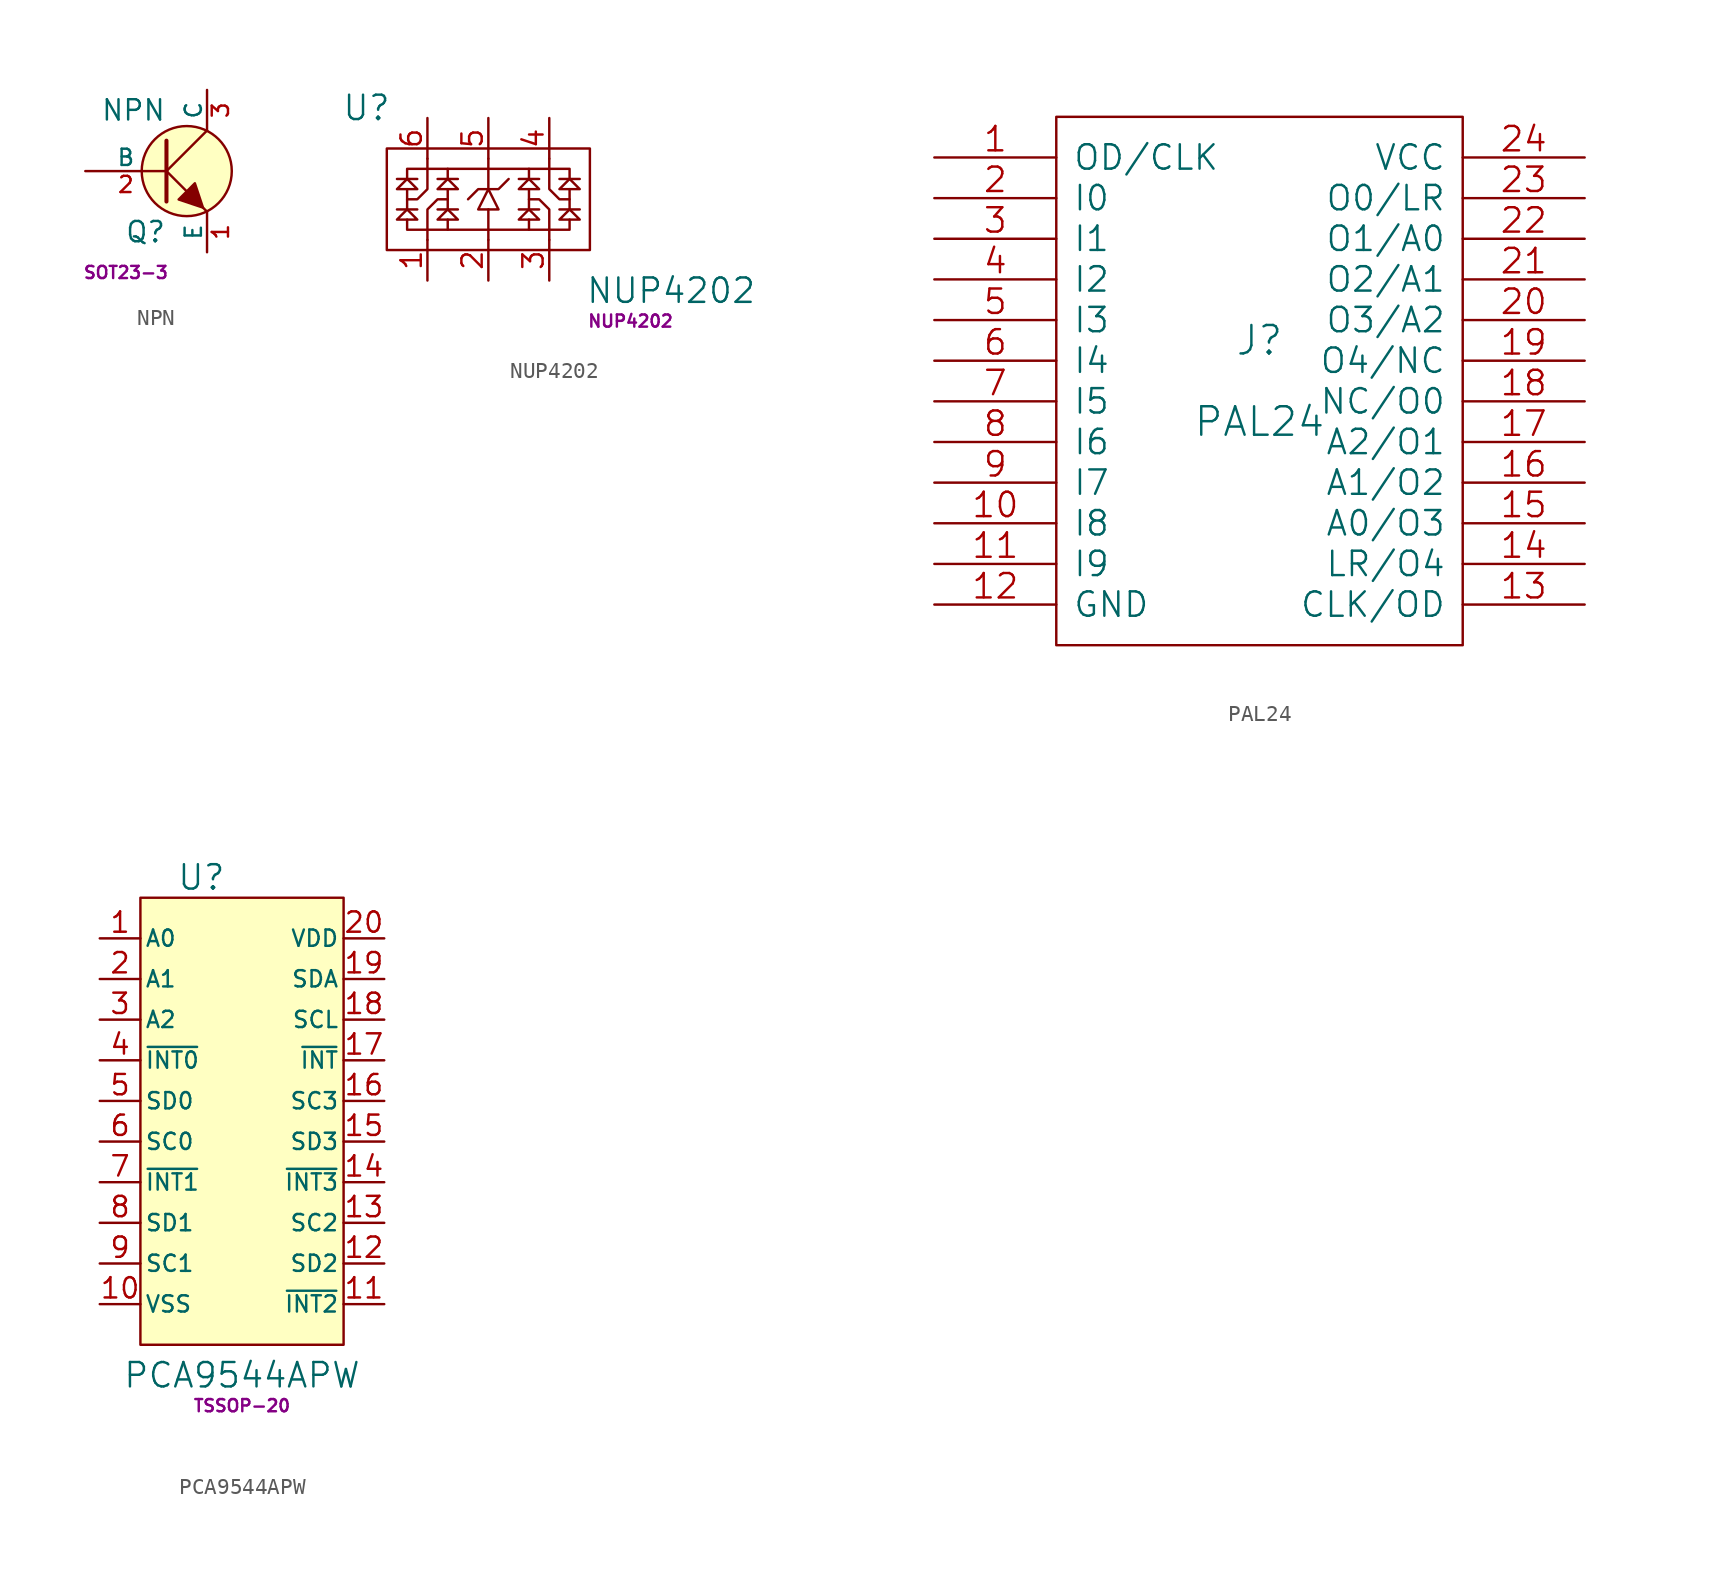
<source format=kicad_sym>
(kicad_symbol_lib
  (version 20220914)
  (generator kicad_symbol_editor)
  (symbol "NPN"
    (pin_names
      (offset 0))
    (property "Reference" "Q"
      (at 0 -3.81 0)
      (effects (font (size 1.27 1.27)) (justify right)))
    (property "Value" "NPN"
      (at 0 3.81 0)
      (effects (font (size 1.27 1.27)) (justify right)))
    (property "Footprint" "SOT23-3"
      (at -2.54 -6.35 0)
      (effects (font (size 0.762 0.762))))
    (property "Datasheet" ""
      (at 0 0 0)
      (effects (font (size 1.524 1.524))))
    (symbol "NPN_0_1"
      (polyline (pts (xy 0 0) (xy 2.54 2.54)) (stroke (width 0) (type default)) (fill (type none)))
      (polyline (pts (xy 0 1.905) (xy 0 -1.905) (xy 0 -1.905)) (stroke (width 0.254) (type default)) (fill (type none)))
      (polyline (pts (xy 1.27 -1.27) (xy 0 0) (xy 0 0)) (stroke (width 0) (type default)) (fill (type none)))
      (polyline (pts (xy 2.286 -2.286) (xy 2.54 -2.54) (xy 2.54 -2.54)) (stroke (width 0) (type default)) (fill (type none)))
      (polyline (pts (xy 2.286 -2.286) (xy 1.778 -0.762) (xy 0.762 -1.778) (xy 2.286 -2.286) (xy 2.286 -2.286)) (stroke (width 0) (type default)) (fill (type outline)))
      (circle (center 1.27 0) (radius 2.819) (stroke (width 0) (type default)) (fill (type background))))
    (symbol "NPN_1_1"
      (pin passive line (at 2.54 -5.08 90) (length 2.54) (name "E" (effects (font (size 1.016 1.016)))) (number "1" (effects (font (size 1.016 1.016)))))
      (pin input line (at -5.08 0 0) (length 5.08) (name "B" (effects (font (size 1.016 1.016)))) (number "2" (effects (font (size 1.016 1.016)))))
      (pin passive line (at 2.54 5.08 270) (length 2.54) (name "C" (effects (font (size 1.016 1.016)))) (number "3" (effects (font (size 1.016 1.016)))))))
  (symbol "NUP4202"
    (pin_names
      (offset 1.016))
    (property "Reference" "U"
      (at -7.62 5.715 0)
      (effects (font (size 1.524 1.524))))
    (property "Value" "NUP4202"
      (at 11.43 -5.715 0)
      (effects (font (size 1.524 1.524))))
    (property "Footprint" "NUP4202"
      (at 8.89 -7.62 0)
      (effects (font (size 0.762 0.762))))
    (property "Datasheet" ""
      (at 0 0 0)
      (effects (font (size 1.524 1.524))))
    (symbol "NUP4202_0_1"
      (rectangle (start -6.35 3.175) (end 6.35 -3.175) (stroke (width 0) (type default)) (fill (type none)))
      (polyline (pts (xy -5.715 -0.635) (xy -4.445 -0.635)) (stroke (width 0) (type default)) (fill (type none)))
      (polyline (pts (xy -5.715 1.27) (xy -4.445 1.27)) (stroke (width 0) (type default)) (fill (type none)))
      (polyline (pts (xy -5.08 -0.635) (xy -5.08 0.635)) (stroke (width 0) (type default)) (fill (type none)))
      (polyline (pts (xy -3.175 -0.635) (xy -1.905 -0.635)) (stroke (width 0) (type default)) (fill (type none)))
      (polyline (pts (xy -3.175 1.27) (xy -1.905 1.27)) (stroke (width 0) (type default)) (fill (type none)))
      (polyline (pts (xy -2.54 -1.27) (xy -2.54 -1.905)) (stroke (width 0) (type default)) (fill (type none)))
      (polyline (pts (xy -2.54 -0.635) (xy -2.54 0.635)) (stroke (width 0) (type default)) (fill (type none)))
      (polyline (pts (xy -2.54 1.27) (xy -2.54 1.905)) (stroke (width 0) (type default)) (fill (type none)))
      (polyline (pts (xy 0 -2.54) (xy 0 -1.905)) (stroke (width 0) (type default)) (fill (type none)))
      (polyline (pts (xy 0 -0.635) (xy 0 -1.905)) (stroke (width 0) (type default)) (fill (type none)))
      (polyline (pts (xy 0 0.635) (xy 0 1.905)) (stroke (width 0) (type default)) (fill (type none)))
      (polyline (pts (xy 0 1.905) (xy 0 2.54)) (stroke (width 0) (type default)) (fill (type none)))
      (polyline (pts (xy 1.905 -0.635) (xy 3.175 -0.635)) (stroke (width 0) (type default)) (fill (type none)))
      (polyline (pts (xy 1.905 1.27) (xy 3.175 1.27)) (stroke (width 0) (type default)) (fill (type none)))
      (polyline (pts (xy 2.54 -1.27) (xy 2.54 -1.905)) (stroke (width 0) (type default)) (fill (type none)))
      (polyline (pts (xy 2.54 -0.635) (xy 2.54 0.635)) (stroke (width 0) (type default)) (fill (type none)))
      (polyline (pts (xy 2.54 1.27) (xy 2.54 1.905)) (stroke (width 0) (type default)) (fill (type none)))
      (polyline (pts (xy 4.445 -0.635) (xy 5.715 -0.635)) (stroke (width 0) (type default)) (fill (type none)))
      (polyline (pts (xy 4.445 1.27) (xy 5.715 1.27)) (stroke (width 0) (type default)) (fill (type none)))
      (polyline (pts (xy 5.08 -0.635) (xy 5.08 0.635)) (stroke (width 0) (type default)) (fill (type none)))
      (polyline (pts (xy 0 0.635) (xy -0.635 0.635) (xy -1.27 0)) (stroke (width 0) (type default)) (fill (type none)))
      (polyline (pts (xy 0 0.635) (xy 0.635 0.635) (xy 1.27 1.27)) (stroke (width 0) (type default)) (fill (type none)))
      (polyline (pts (xy -5.715 -1.27) (xy -5.08 -0.635) (xy -4.445 -1.27) (xy -5.715 -1.27)) (stroke (width 0) (type default)) (fill (type none)))
      (polyline (pts (xy -5.715 0.635) (xy -5.08 1.27) (xy -4.445 0.635) (xy -5.715 0.635)) (stroke (width 0) (type default)) (fill (type none)))
      (polyline (pts (xy -5.08 0) (xy -4.445 0) (xy -3.81 0.635) (xy -3.81 2.54)) (stroke (width 0) (type default)) (fill (type none)))
      (polyline (pts (xy -3.175 -1.27) (xy -2.54 -0.635) (xy -1.905 -1.27) (xy -3.175 -1.27)) (stroke (width 0) (type default)) (fill (type none)))
      (polyline (pts (xy -3.175 0.635) (xy -2.54 1.27) (xy -1.905 0.635) (xy -3.175 0.635)) (stroke (width 0) (type default)) (fill (type none)))
      (polyline (pts (xy -2.54 0) (xy -3.175 0) (xy -3.81 -0.635) (xy -3.81 -2.54)) (stroke (width 0) (type default)) (fill (type none)))
      (polyline (pts (xy -0.635 -0.635) (xy 0 0.635) (xy 0.635 -0.635) (xy -0.635 -0.635)) (stroke (width 0) (type default)) (fill (type none)))
      (polyline (pts (xy 1.905 -1.27) (xy 2.54 -0.635) (xy 3.175 -1.27) (xy 1.905 -1.27)) (stroke (width 0) (type default)) (fill (type none)))
      (polyline (pts (xy 1.905 0.635) (xy 2.54 1.27) (xy 3.175 0.635) (xy 1.905 0.635)) (stroke (width 0) (type default)) (fill (type none)))
      (polyline (pts (xy 2.54 0) (xy 3.175 0) (xy 3.81 -0.635) (xy 3.81 -2.54)) (stroke (width 0) (type default)) (fill (type none)))
      (polyline (pts (xy 3.81 2.54) (xy 3.81 0.635) (xy 4.445 0) (xy 5.08 0)) (stroke (width 0) (type default)) (fill (type none)))
      (polyline (pts (xy 4.445 -1.27) (xy 5.08 -0.635) (xy 5.715 -1.27) (xy 4.445 -1.27)) (stroke (width 0) (type default)) (fill (type none)))
      (polyline (pts (xy 4.445 0.635) (xy 5.08 1.27) (xy 5.715 0.635) (xy 4.445 0.635)) (stroke (width 0) (type default)) (fill (type none)))
      (polyline (pts (xy 5.08 -1.27) (xy 5.08 -1.905) (xy -5.08 -1.905) (xy -5.08 -1.27)) (stroke (width 0) (type default)) (fill (type none)))
      (polyline (pts (xy 5.08 1.27) (xy 5.08 1.905) (xy -5.08 1.905) (xy -5.08 1.27)) (stroke (width 0) (type default)) (fill (type none))))
    (symbol "NUP4202_1_1"
      (pin bidirectional line (at -3.81 -5.08 90) (length 2.54) (name "~" (effects (font (size 0.762 0.762)))) (number "1" (effects (font (size 1.27 1.27)))))
      (pin bidirectional line (at 0 -5.08 90) (length 2.54) (name "~" (effects (font (size 0.762 0.762)))) (number "2" (effects (font (size 1.27 1.27)))))
      (pin bidirectional line (at 3.81 -5.08 90) (length 2.54) (name "~" (effects (font (size 0.762 0.762)))) (number "3" (effects (font (size 1.27 1.27)))))
      (pin bidirectional line (at 3.81 5.08 270) (length 2.54) (name "~" (effects (font (size 0.762 0.762)))) (number "4" (effects (font (size 1.27 1.27)))))
      (pin bidirectional line (at 0 5.08 270) (length 2.54) (name "~" (effects (font (size 0.762 0.762)))) (number "5" (effects (font (size 1.27 1.27)))))
      (pin passive line (at -3.81 5.08 270) (length 2.54) (name "~" (effects (font (size 0.762 0.762)))) (number "6" (effects (font (size 1.27 1.27)))))))
  (symbol "PAL24"
    (pin_names
      (offset 1.016))
    (property "Reference" "J"
      (at 0 2.54 0)
      (effects (font (size 1.778 1.778))))
    (property "Value" "PAL24"
      (at 0 -2.54 0)
      (effects (font (size 1.778 1.778))))
    (property "Footprint" ""
      (at 0 0 0)
      (effects (font (size 1.524 1.524))))
    (property "Datasheet" ""
      (at 0 0 0)
      (effects (font (size 1.524 1.524))))
    (symbol "PAL24_0_1"
      (rectangle (start -12.7 -16.51) (end 12.7 16.51) (stroke (width 0) (type default)) (fill (type none))))
    (symbol "PAL24_1_1"
      (pin passive line (at -20.32 13.97 0) (length 7.62) (name "OD/CLK" (effects (font (size 1.524 1.524)))) (number "1" (effects (font (size 1.524 1.524)))))
      (pin passive line (at -20.32 -8.89 0) (length 7.62) (name "I8" (effects (font (size 1.524 1.524)))) (number "10" (effects (font (size 1.524 1.524)))))
      (pin passive line (at -20.32 -11.43 0) (length 7.62) (name "I9" (effects (font (size 1.524 1.524)))) (number "11" (effects (font (size 1.524 1.524)))))
      (pin passive line (at -20.32 -13.97 0) (length 7.62) (name "GND" (effects (font (size 1.524 1.524)))) (number "12" (effects (font (size 1.524 1.524)))))
      (pin passive line (at 20.32 -13.97 180) (length 7.62) (name "CLK/OD" (effects (font (size 1.524 1.524)))) (number "13" (effects (font (size 1.524 1.524)))))
      (pin passive line (at 20.32 -11.43 180) (length 7.62) (name "LR/O4" (effects (font (size 1.524 1.524)))) (number "14" (effects (font (size 1.524 1.524)))))
      (pin passive line (at 20.32 -8.89 180) (length 7.62) (name "A0/O3" (effects (font (size 1.524 1.524)))) (number "15" (effects (font (size 1.524 1.524)))))
      (pin passive line (at 20.32 -6.35 180) (length 7.62) (name "A1/O2" (effects (font (size 1.524 1.524)))) (number "16" (effects (font (size 1.524 1.524)))))
      (pin passive line (at 20.32 -3.81 180) (length 7.62) (name "A2/O1" (effects (font (size 1.524 1.524)))) (number "17" (effects (font (size 1.524 1.524)))))
      (pin passive line (at 20.32 -1.27 180) (length 7.62) (name "NC/O0" (effects (font (size 1.524 1.524)))) (number "18" (effects (font (size 1.524 1.524)))))
      (pin passive line (at 20.32 1.27 180) (length 7.62) (name "O4/NC" (effects (font (size 1.524 1.524)))) (number "19" (effects (font (size 1.524 1.524)))))
      (pin passive line (at -20.32 11.43 0) (length 7.62) (name "I0" (effects (font (size 1.524 1.524)))) (number "2" (effects (font (size 1.524 1.524)))))
      (pin passive line (at 20.32 3.81 180) (length 7.62) (name "O3/A2" (effects (font (size 1.524 1.524)))) (number "20" (effects (font (size 1.524 1.524)))))
      (pin passive line (at 20.32 6.35 180) (length 7.62) (name "O2/A1" (effects (font (size 1.524 1.524)))) (number "21" (effects (font (size 1.524 1.524)))))
      (pin passive line (at 20.32 8.89 180) (length 7.62) (name "O1/A0" (effects (font (size 1.524 1.524)))) (number "22" (effects (font (size 1.524 1.524)))))
      (pin passive line (at 20.32 11.43 180) (length 7.62) (name "O0/LR" (effects (font (size 1.524 1.524)))) (number "23" (effects (font (size 1.524 1.524)))))
      (pin passive line (at 20.32 13.97 180) (length 7.62) (name "VCC" (effects (font (size 1.524 1.524)))) (number "24" (effects (font (size 1.524 1.524)))))
      (pin passive line (at -20.32 8.89 0) (length 7.62) (name "I1" (effects (font (size 1.524 1.524)))) (number "3" (effects (font (size 1.524 1.524)))))
      (pin passive line (at -20.32 6.35 0) (length 7.62) (name "I2" (effects (font (size 1.524 1.524)))) (number "4" (effects (font (size 1.524 1.524)))))
      (pin passive line (at -20.32 3.81 0) (length 7.62) (name "I3" (effects (font (size 1.524 1.524)))) (number "5" (effects (font (size 1.524 1.524)))))
      (pin passive line (at -20.32 1.27 0) (length 7.62) (name "I4" (effects (font (size 1.524 1.524)))) (number "6" (effects (font (size 1.524 1.524)))))
      (pin passive line (at -20.32 -1.27 0) (length 7.62) (name "I5" (effects (font (size 1.524 1.524)))) (number "7" (effects (font (size 1.524 1.524)))))
      (pin passive line (at -20.32 -3.81 0) (length 7.62) (name "I6" (effects (font (size 1.524 1.524)))) (number "8" (effects (font (size 1.524 1.524)))))
      (pin passive line (at -20.32 -6.35 0) (length 7.62) (name "I7" (effects (font (size 1.524 1.524)))) (number "9" (effects (font (size 1.524 1.524)))))))
  (symbol "PCA9544APW"
    (pin_names
      (offset 0.254))
    (property "Reference" "U"
      (at -2.54 15.24 0)
      (effects (font (size 1.524 1.524))))
    (property "Value" "PCA9544APW"
      (at 0 -15.875 0)
      (effects (font (size 1.524 1.524))))
    (property "Footprint" "TSSOP-20"
      (at 0 -17.78 0)
      (effects (font (size 0.762 0.762))))
    (property "Datasheet" ""
      (at 0 0 0)
      (effects (font (size 1.524 1.524))))
    (symbol "PCA9544APW_0_1"
      (rectangle (start -6.35 13.97) (end 6.35 -13.97) (stroke (width 0) (type default)) (fill (type background))))
    (symbol "PCA9544APW_1_1"
      (pin bidirectional line (at -8.89 11.43 0) (length 2.54) (name "A0" (effects (font (size 1.016 1.016)))) (number "1" (effects (font (size 1.27 1.27)))))
      (pin bidirectional line (at -8.89 -11.43 0) (length 2.54) (name "VSS" (effects (font (size 1.016 1.016)))) (number "10" (effects (font (size 1.27 1.27)))))
      (pin bidirectional line (at 8.89 -11.43 180) (length 2.54) (name "~{INT2}" (effects (font (size 1.016 1.016)))) (number "11" (effects (font (size 1.27 1.27)))))
      (pin bidirectional line (at 8.89 -8.89 180) (length 2.54) (name "SD2" (effects (font (size 1.016 1.016)))) (number "12" (effects (font (size 1.27 1.27)))))
      (pin bidirectional line (at 8.89 -6.35 180) (length 2.54) (name "SC2" (effects (font (size 1.016 1.016)))) (number "13" (effects (font (size 1.27 1.27)))))
      (pin bidirectional line (at 8.89 -3.81 180) (length 2.54) (name "~{INT3}" (effects (font (size 1.016 1.016)))) (number "14" (effects (font (size 1.27 1.27)))))
      (pin bidirectional line (at 8.89 -1.27 180) (length 2.54) (name "SD3" (effects (font (size 1.016 1.016)))) (number "15" (effects (font (size 1.27 1.27)))))
      (pin bidirectional line (at 8.89 1.27 180) (length 2.54) (name "SC3" (effects (font (size 1.016 1.016)))) (number "16" (effects (font (size 1.27 1.27)))))
      (pin bidirectional line (at 8.89 3.81 180) (length 2.54) (name "~{INT}" (effects (font (size 1.016 1.016)))) (number "17" (effects (font (size 1.27 1.27)))))
      (pin bidirectional line (at 8.89 6.35 180) (length 2.54) (name "SCL" (effects (font (size 1.016 1.016)))) (number "18" (effects (font (size 1.27 1.27)))))
      (pin bidirectional line (at 8.89 8.89 180) (length 2.54) (name "SDA" (effects (font (size 1.016 1.016)))) (number "19" (effects (font (size 1.27 1.27)))))
      (pin bidirectional line (at -8.89 8.89 0) (length 2.54) (name "A1" (effects (font (size 1.016 1.016)))) (number "2" (effects (font (size 1.27 1.27)))))
      (pin bidirectional line (at 8.89 11.43 180) (length 2.54) (name "VDD" (effects (font (size 1.016 1.016)))) (number "20" (effects (font (size 1.27 1.27)))))
      (pin bidirectional line (at -8.89 6.35 0) (length 2.54) (name "A2" (effects (font (size 1.016 1.016)))) (number "3" (effects (font (size 1.27 1.27)))))
      (pin bidirectional line (at -8.89 3.81 0) (length 2.54) (name "~{INT0}" (effects (font (size 1.016 1.016)))) (number "4" (effects (font (size 1.27 1.27)))))
      (pin bidirectional line (at -8.89 1.27 0) (length 2.54) (name "SD0" (effects (font (size 1.016 1.016)))) (number "5" (effects (font (size 1.27 1.27)))))
      (pin bidirectional line (at -8.89 -1.27 0) (length 2.54) (name "SC0" (effects (font (size 1.016 1.016)))) (number "6" (effects (font (size 1.27 1.27)))))
      (pin bidirectional line (at -8.89 -3.81 0) (length 2.54) (name "~{INT1}" (effects (font (size 1.016 1.016)))) (number "7" (effects (font (size 1.27 1.27)))))
      (pin bidirectional line (at -8.89 -6.35 0) (length 2.54) (name "SD1" (effects (font (size 1.016 1.016)))) (number "8" (effects (font (size 1.27 1.27)))))
      (pin bidirectional line (at -8.89 -8.89 0) (length 2.54) (name "SC1" (effects (font (size 1.016 1.016)))) (number "9" (effects (font (size 1.27 1.27))))))))
</source>
